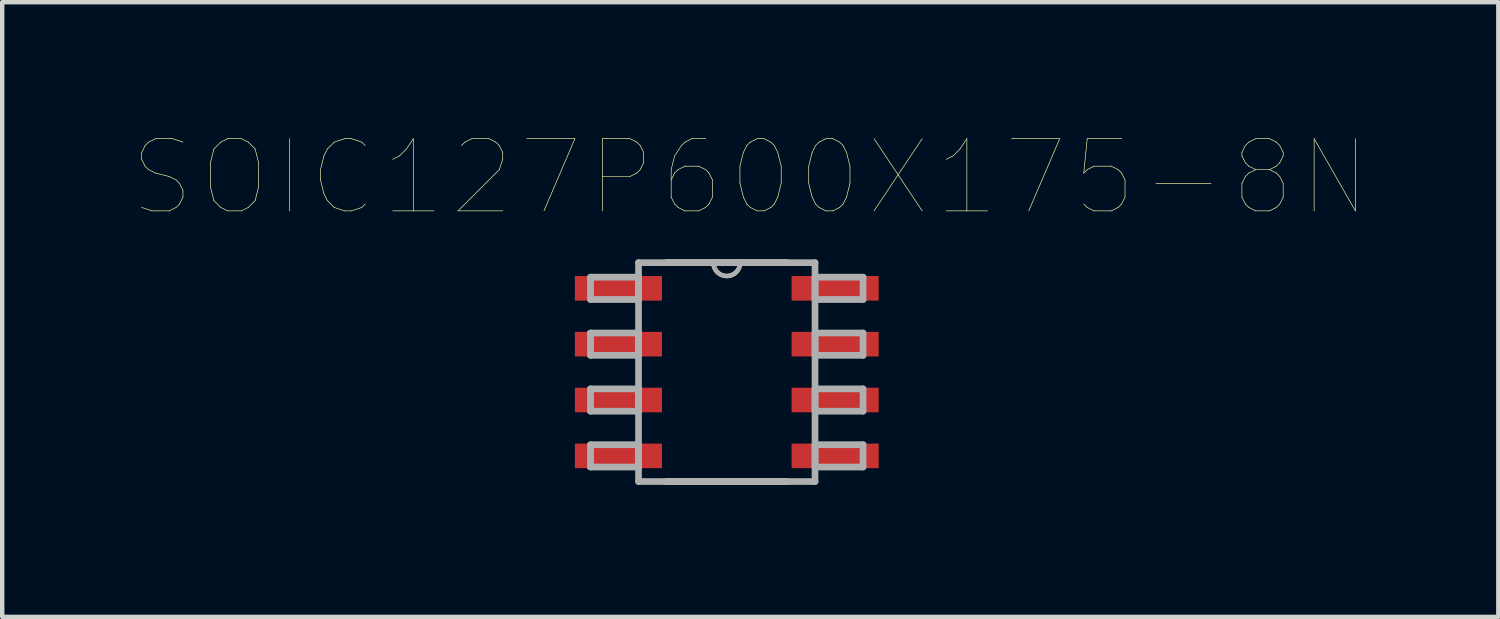
<source format=kicad_pcb>
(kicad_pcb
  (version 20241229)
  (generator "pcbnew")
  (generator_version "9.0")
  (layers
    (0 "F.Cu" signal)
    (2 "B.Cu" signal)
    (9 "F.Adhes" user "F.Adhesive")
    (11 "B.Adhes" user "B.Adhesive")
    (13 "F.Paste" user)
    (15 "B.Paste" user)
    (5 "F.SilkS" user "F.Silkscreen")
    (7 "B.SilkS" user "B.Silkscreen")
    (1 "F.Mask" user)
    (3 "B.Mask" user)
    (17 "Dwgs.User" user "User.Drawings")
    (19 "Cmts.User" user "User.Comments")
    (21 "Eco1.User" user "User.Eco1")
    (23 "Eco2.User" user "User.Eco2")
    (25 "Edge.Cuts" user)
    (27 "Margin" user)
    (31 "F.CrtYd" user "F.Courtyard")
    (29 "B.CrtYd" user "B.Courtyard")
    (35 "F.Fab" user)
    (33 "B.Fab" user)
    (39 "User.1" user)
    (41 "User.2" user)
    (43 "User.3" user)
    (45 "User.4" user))
  (footprint "SOIC127P600X175-8N"
    (layer "F.Cu")
    (at 13.478 5.412)
    (property "Reference" "SOIC127P600X175-8N" (at 0.534 -4.425 0) (layer "F.SilkS") (effects (font (size 1.642 1.642) (thickness 0.015))))
    (attr through_hole)
    (fp_line (start -1.372 2.489) (end 1.372 2.489) (stroke (width 0.152) (type solid)) (layer "F.SilkS"))
    (fp_line (start -0.305 -2.489) (end -1.372 -2.489) (stroke (width 0.152) (type solid)) (layer "F.SilkS"))
    (fp_line (start 0.305 -2.489) (end -0.305 -2.489) (stroke (width 0.152) (type solid)) (layer "F.SilkS"))
    (fp_line (start 1.372 -2.489) (end 0.305 -2.489) (stroke (width 0.152) (type solid)) (layer "F.SilkS"))
    (fp_arc (start 0.3048 -2.4892) (mid 0 -2.1844) (end -0.3048 -2.4892) (stroke (width 0.1) (type solid)) (layer "F.SilkS"))
    (fp_line (start -3.099 -2.159) (end -3.099 -1.651) (stroke (width 0.152) (type solid)) (layer "F.Fab"))
    (fp_line (start -3.099 -1.651) (end -2.007 -1.651) (stroke (width 0.152) (type solid)) (layer "F.Fab"))
    (fp_line (start -3.099 -0.889) (end -3.099 -0.381) (stroke (width 0.152) (type solid)) (layer "F.Fab"))
    (fp_line (start -3.099 -0.381) (end -2.007 -0.381) (stroke (width 0.152) (type solid)) (layer "F.Fab"))
    (fp_line (start -3.099 0.381) (end -3.099 0.889) (stroke (width 0.152) (type solid)) (layer "F.Fab"))
    (fp_line (start -3.099 0.889) (end -2.007 0.889) (stroke (width 0.152) (type solid)) (layer "F.Fab"))
    (fp_line (start -3.099 1.651) (end -3.099 2.159) (stroke (width 0.152) (type solid)) (layer "F.Fab"))
    (fp_line (start -3.099 2.159) (end -2.007 2.159) (stroke (width 0.152) (type solid)) (layer "F.Fab"))
    (fp_line (start -2.007 -2.489) (end -2.007 2.489) (stroke (width 0.152) (type solid)) (layer "F.Fab"))
    (fp_line (start -2.007 -2.159) (end -3.099 -2.159) (stroke (width 0.152) (type solid)) (layer "F.Fab"))
    (fp_line (start -2.007 -1.651) (end -2.007 -2.159) (stroke (width 0.152) (type solid)) (layer "F.Fab"))
    (fp_line (start -2.007 -0.889) (end -3.099 -0.889) (stroke (width 0.152) (type solid)) (layer "F.Fab"))
    (fp_line (start -2.007 -0.381) (end -2.007 -0.889) (stroke (width 0.152) (type solid)) (layer "F.Fab"))
    (fp_line (start -2.007 0.381) (end -3.099 0.381) (stroke (width 0.152) (type solid)) (layer "F.Fab"))
    (fp_line (start -2.007 0.889) (end -2.007 0.381) (stroke (width 0.152) (type solid)) (layer "F.Fab"))
    (fp_line (start -2.007 1.651) (end -3.099 1.651) (stroke (width 0.152) (type solid)) (layer "F.Fab"))
    (fp_line (start -2.007 2.159) (end -2.007 1.651) (stroke (width 0.152) (type solid)) (layer "F.Fab"))
    (fp_line (start -2.007 2.489) (end 2.007 2.489) (stroke (width 0.152) (type solid)) (layer "F.Fab"))
    (fp_line (start -0.305 -2.489) (end -2.007 -2.489) (stroke (width 0.152) (type solid)) (layer "F.Fab"))
    (fp_line (start 0.305 -2.489) (end -0.305 -2.489) (stroke (width 0.152) (type solid)) (layer "F.Fab"))
    (fp_line (start 2.007 -2.489) (end 0.305 -2.489) (stroke (width 0.152) (type solid)) (layer "F.Fab"))
    (fp_line (start 2.007 -2.159) (end 2.007 -1.651) (stroke (width 0.152) (type solid)) (layer "F.Fab"))
    (fp_line (start 2.007 -1.651) (end 3.099 -1.651) (stroke (width 0.152) (type solid)) (layer "F.Fab"))
    (fp_line (start 2.007 -0.889) (end 2.007 -0.381) (stroke (width 0.152) (type solid)) (layer "F.Fab"))
    (fp_line (start 2.007 -0.381) (end 3.099 -0.381) (stroke (width 0.152) (type solid)) (layer "F.Fab"))
    (fp_line (start 2.007 0.381) (end 2.007 0.889) (stroke (width 0.152) (type solid)) (layer "F.Fab"))
    (fp_line (start 2.007 0.889) (end 3.099 0.889) (stroke (width 0.152) (type solid)) (layer "F.Fab"))
    (fp_line (start 2.007 1.651) (end 2.007 2.159) (stroke (width 0.152) (type solid)) (layer "F.Fab"))
    (fp_line (start 2.007 2.159) (end 3.099 2.159) (stroke (width 0.152) (type solid)) (layer "F.Fab"))
    (fp_line (start 2.007 2.489) (end 2.007 -2.489) (stroke (width 0.152) (type solid)) (layer "F.Fab"))
    (fp_line (start 3.099 -2.159) (end 2.007 -2.159) (stroke (width 0.152) (type solid)) (layer "F.Fab"))
    (fp_line (start 3.099 -1.651) (end 3.099 -2.159) (stroke (width 0.152) (type solid)) (layer "F.Fab"))
    (fp_line (start 3.099 -0.889) (end 2.007 -0.889) (stroke (width 0.152) (type solid)) (layer "F.Fab"))
    (fp_line (start 3.099 -0.381) (end 3.099 -0.889) (stroke (width 0.152) (type solid)) (layer "F.Fab"))
    (fp_line (start 3.099 0.381) (end 2.007 0.381) (stroke (width 0.152) (type solid)) (layer "F.Fab"))
    (fp_line (start 3.099 0.889) (end 3.099 0.381) (stroke (width 0.152) (type solid)) (layer "F.Fab"))
    (fp_line (start 3.099 1.651) (end 2.007 1.651) (stroke (width 0.152) (type solid)) (layer "F.Fab"))
    (fp_line (start 3.099 2.159) (end 3.099 1.651) (stroke (width 0.152) (type solid)) (layer "F.Fab"))
    (fp_arc (start 0.3048 -2.4892) (mid 0 -2.1844) (end -0.3048 -2.4892) (stroke (width 0.1) (type solid)) (layer "F.Fab"))
    (pad "1" smd rect (at -2.464 -1.905) (size 1.981 0.559) (layers "F.Cu" "F.Mask" "F.Paste"))
    (pad "2" smd rect (at -2.464 -0.635) (size 1.981 0.559) (layers "F.Cu" "F.Mask" "F.Paste"))
    (pad "3" smd rect (at -2.464 0.635) (size 1.981 0.559) (layers "F.Cu" "F.Mask" "F.Paste"))
    (pad "4" smd rect (at -2.464 1.905) (size 1.981 0.559) (layers "F.Cu" "F.Mask" "F.Paste"))
    (pad "5" smd rect (at 2.464 1.905) (size 1.981 0.559) (layers "F.Cu" "F.Mask" "F.Paste"))
    (pad "6" smd rect (at 2.464 0.635) (size 1.981 0.559) (layers "F.Cu" "F.Mask" "F.Paste"))
    (pad "7" smd rect (at 2.464 -0.635) (size 1.981 0.559) (layers "F.Cu" "F.Mask" "F.Paste"))
    (pad "8" smd rect (at 2.464 -1.905) (size 1.981 0.559) (layers "F.Cu" "F.Mask" "F.Paste")))
  (gr_rect
    (start -3 -3)
    (end 31.024 10.978)
    (stroke (width 0.1) (type default))
    (fill no)
    (layer "Edge.Cuts")))
</source>
